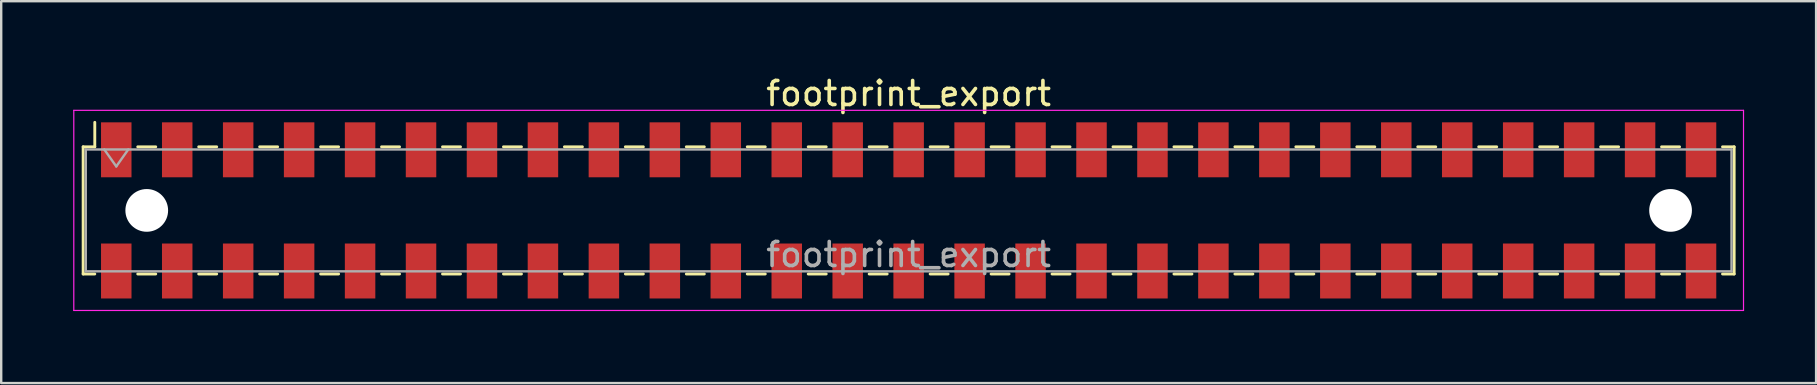
<source format=kicad_pcb>
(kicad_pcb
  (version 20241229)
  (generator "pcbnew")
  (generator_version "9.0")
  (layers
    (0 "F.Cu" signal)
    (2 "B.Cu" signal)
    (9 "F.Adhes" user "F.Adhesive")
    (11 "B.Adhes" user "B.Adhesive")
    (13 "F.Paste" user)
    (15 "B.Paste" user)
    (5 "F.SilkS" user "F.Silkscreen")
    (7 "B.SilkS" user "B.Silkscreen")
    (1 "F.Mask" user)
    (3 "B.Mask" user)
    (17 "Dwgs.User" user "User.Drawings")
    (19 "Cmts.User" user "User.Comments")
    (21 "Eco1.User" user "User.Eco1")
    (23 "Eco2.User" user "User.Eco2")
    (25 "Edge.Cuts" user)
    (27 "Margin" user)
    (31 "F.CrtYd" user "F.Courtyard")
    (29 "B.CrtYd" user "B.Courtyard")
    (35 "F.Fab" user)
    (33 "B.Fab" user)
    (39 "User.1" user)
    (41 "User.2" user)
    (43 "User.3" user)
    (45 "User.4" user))
  (footprint "footprint_export"
    (layer "F.Cu")
    (at 34.815 5.718)
    (property "Reference" "footprint_export" (at 0 -4.87 0) (layer "F.SilkS") (effects (font (size 1 1) (thickness 0.15))))
    (attr smd)
    (fp_line (start -34.4 -2.65) (end -34.4 2.65) (stroke (width 0.12) (type solid)) (layer "F.SilkS"))
    (fp_line (start -34.4 2.65) (end -33.915 2.65) (stroke (width 0.12) (type solid)) (layer "F.SilkS"))
    (fp_line (start -33.915 -3.67) (end -33.915 -2.65) (stroke (width 0.12) (type solid)) (layer "F.SilkS"))
    (fp_line (start -33.915 -2.65) (end -34.4 -2.65) (stroke (width 0.12) (type solid)) (layer "F.SilkS"))
    (fp_line (start -32.125 -2.65) (end -31.375 -2.65) (stroke (width 0.12) (type solid)) (layer "F.SilkS"))
    (fp_line (start -32.125 2.65) (end -31.375 2.65) (stroke (width 0.12) (type solid)) (layer "F.SilkS"))
    (fp_line (start -29.585 -2.65) (end -28.835 -2.65) (stroke (width 0.12) (type solid)) (layer "F.SilkS"))
    (fp_line (start -29.585 2.65) (end -28.835 2.65) (stroke (width 0.12) (type solid)) (layer "F.SilkS"))
    (fp_line (start -27.045 -2.65) (end -26.295 -2.65) (stroke (width 0.12) (type solid)) (layer "F.SilkS"))
    (fp_line (start -27.045 2.65) (end -26.295 2.65) (stroke (width 0.12) (type solid)) (layer "F.SilkS"))
    (fp_line (start -24.505 -2.65) (end -23.755 -2.65) (stroke (width 0.12) (type solid)) (layer "F.SilkS"))
    (fp_line (start -24.505 2.65) (end -23.755 2.65) (stroke (width 0.12) (type solid)) (layer "F.SilkS"))
    (fp_line (start -21.965 -2.65) (end -21.215 -2.65) (stroke (width 0.12) (type solid)) (layer "F.SilkS"))
    (fp_line (start -21.965 2.65) (end -21.215 2.65) (stroke (width 0.12) (type solid)) (layer "F.SilkS"))
    (fp_line (start -19.425 -2.65) (end -18.675 -2.65) (stroke (width 0.12) (type solid)) (layer "F.SilkS"))
    (fp_line (start -19.425 2.65) (end -18.675 2.65) (stroke (width 0.12) (type solid)) (layer "F.SilkS"))
    (fp_line (start -16.885 -2.65) (end -16.135 -2.65) (stroke (width 0.12) (type solid)) (layer "F.SilkS"))
    (fp_line (start -16.885 2.65) (end -16.135 2.65) (stroke (width 0.12) (type solid)) (layer "F.SilkS"))
    (fp_line (start -14.345 -2.65) (end -13.595 -2.65) (stroke (width 0.12) (type solid)) (layer "F.SilkS"))
    (fp_line (start -14.345 2.65) (end -13.595 2.65) (stroke (width 0.12) (type solid)) (layer "F.SilkS"))
    (fp_line (start -11.805 -2.65) (end -11.055 -2.65) (stroke (width 0.12) (type solid)) (layer "F.SilkS"))
    (fp_line (start -11.805 2.65) (end -11.055 2.65) (stroke (width 0.12) (type solid)) (layer "F.SilkS"))
    (fp_line (start -9.265 -2.65) (end -8.515 -2.65) (stroke (width 0.12) (type solid)) (layer "F.SilkS"))
    (fp_line (start -9.265 2.65) (end -8.515 2.65) (stroke (width 0.12) (type solid)) (layer "F.SilkS"))
    (fp_line (start -6.725 -2.65) (end -5.975 -2.65) (stroke (width 0.12) (type solid)) (layer "F.SilkS"))
    (fp_line (start -6.725 2.65) (end -5.975 2.65) (stroke (width 0.12) (type solid)) (layer "F.SilkS"))
    (fp_line (start -4.185 -2.65) (end -3.435 -2.65) (stroke (width 0.12) (type solid)) (layer "F.SilkS"))
    (fp_line (start -4.185 2.65) (end -3.435 2.65) (stroke (width 0.12) (type solid)) (layer "F.SilkS"))
    (fp_line (start -1.645 -2.65) (end -0.895 -2.65) (stroke (width 0.12) (type solid)) (layer "F.SilkS"))
    (fp_line (start -1.645 2.65) (end -0.895 2.65) (stroke (width 0.12) (type solid)) (layer "F.SilkS"))
    (fp_line (start 0.895 -2.65) (end 1.645 -2.65) (stroke (width 0.12) (type solid)) (layer "F.SilkS"))
    (fp_line (start 0.895 2.65) (end 1.645 2.65) (stroke (width 0.12) (type solid)) (layer "F.SilkS"))
    (fp_line (start 3.435 -2.65) (end 4.185 -2.65) (stroke (width 0.12) (type solid)) (layer "F.SilkS"))
    (fp_line (start 3.435 2.65) (end 4.185 2.65) (stroke (width 0.12) (type solid)) (layer "F.SilkS"))
    (fp_line (start 5.975 -2.65) (end 6.725 -2.65) (stroke (width 0.12) (type solid)) (layer "F.SilkS"))
    (fp_line (start 5.975 2.65) (end 6.725 2.65) (stroke (width 0.12) (type solid)) (layer "F.SilkS"))
    (fp_line (start 8.515 -2.65) (end 9.265 -2.65) (stroke (width 0.12) (type solid)) (layer "F.SilkS"))
    (fp_line (start 8.515 2.65) (end 9.265 2.65) (stroke (width 0.12) (type solid)) (layer "F.SilkS"))
    (fp_line (start 11.055 -2.65) (end 11.805 -2.65) (stroke (width 0.12) (type solid)) (layer "F.SilkS"))
    (fp_line (start 11.055 2.65) (end 11.805 2.65) (stroke (width 0.12) (type solid)) (layer "F.SilkS"))
    (fp_line (start 13.595 -2.65) (end 14.345 -2.65) (stroke (width 0.12) (type solid)) (layer "F.SilkS"))
    (fp_line (start 13.595 2.65) (end 14.345 2.65) (stroke (width 0.12) (type solid)) (layer "F.SilkS"))
    (fp_line (start 16.135 -2.65) (end 16.885 -2.65) (stroke (width 0.12) (type solid)) (layer "F.SilkS"))
    (fp_line (start 16.135 2.65) (end 16.885 2.65) (stroke (width 0.12) (type solid)) (layer "F.SilkS"))
    (fp_line (start 18.675 -2.65) (end 19.425 -2.65) (stroke (width 0.12) (type solid)) (layer "F.SilkS"))
    (fp_line (start 18.675 2.65) (end 19.425 2.65) (stroke (width 0.12) (type solid)) (layer "F.SilkS"))
    (fp_line (start 21.215 -2.65) (end 21.965 -2.65) (stroke (width 0.12) (type solid)) (layer "F.SilkS"))
    (fp_line (start 21.215 2.65) (end 21.965 2.65) (stroke (width 0.12) (type solid)) (layer "F.SilkS"))
    (fp_line (start 23.755 -2.65) (end 24.505 -2.65) (stroke (width 0.12) (type solid)) (layer "F.SilkS"))
    (fp_line (start 23.755 2.65) (end 24.505 2.65) (stroke (width 0.12) (type solid)) (layer "F.SilkS"))
    (fp_line (start 26.295 -2.65) (end 27.045 -2.65) (stroke (width 0.12) (type solid)) (layer "F.SilkS"))
    (fp_line (start 26.295 2.65) (end 27.045 2.65) (stroke (width 0.12) (type solid)) (layer "F.SilkS"))
    (fp_line (start 28.835 -2.65) (end 29.585 -2.65) (stroke (width 0.12) (type solid)) (layer "F.SilkS"))
    (fp_line (start 28.835 2.65) (end 29.585 2.65) (stroke (width 0.12) (type solid)) (layer "F.SilkS"))
    (fp_line (start 31.375 -2.65) (end 32.125 -2.65) (stroke (width 0.12) (type solid)) (layer "F.SilkS"))
    (fp_line (start 31.375 2.65) (end 32.125 2.65) (stroke (width 0.12) (type solid)) (layer "F.SilkS"))
    (fp_line (start 33.915 -2.65) (end 34.4 -2.65) (stroke (width 0.12) (type solid)) (layer "F.SilkS"))
    (fp_line (start 34.4 -2.65) (end 34.4 2.65) (stroke (width 0.12) (type solid)) (layer "F.SilkS"))
    (fp_line (start 34.4 2.65) (end 33.915 2.65) (stroke (width 0.12) (type solid)) (layer "F.SilkS"))
    (fp_line (start -34.79 -4.17) (end 34.79 -4.17) (stroke (width 0.05) (type solid)) (layer "F.CrtYd"))
    (fp_line (start -34.79 4.17) (end -34.79 -4.17) (stroke (width 0.05) (type solid)) (layer "F.CrtYd"))
    (fp_line (start 34.79 -4.17) (end 34.79 4.17) (stroke (width 0.05) (type solid)) (layer "F.CrtYd"))
    (fp_line (start 34.79 4.17) (end -34.79 4.17) (stroke (width 0.05) (type solid)) (layer "F.CrtYd"))
    (fp_line (start -34.29 -2.54) (end 34.29 -2.54) (stroke (width 0.1) (type solid)) (layer "F.Fab"))
    (fp_line (start -34.29 2.54) (end -34.29 -2.54) (stroke (width 0.1) (type solid)) (layer "F.Fab"))
    (fp_line (start -33.52 -2.54) (end -33.02 -1.833) (stroke (width 0.1) (type solid)) (layer "F.Fab"))
    (fp_line (start -33.02 -1.833) (end -32.52 -2.54) (stroke (width 0.1) (type solid)) (layer "F.Fab"))
    (fp_line (start 34.29 -2.54) (end 34.29 2.54) (stroke (width 0.1) (type solid)) (layer "F.Fab"))
    (fp_line (start 34.29 2.54) (end -34.29 2.54) (stroke (width 0.1) (type solid)) (layer "F.Fab"))
    (fp_text user "${REFERENCE}" (at 0 1.84 0) (layer "F.Fab") (effects (font (size 1 1) (thickness 0.15))))
    (pad "" np_thru_hole circle (at -31.75 0) (size 1.78 1.78) (drill 1.78) (layers "*.Cu" "*.Mask"))
    (pad "" np_thru_hole circle (at 31.75 0) (size 1.78 1.78) (drill 1.78) (layers "*.Cu" "*.Mask"))
    (pad "1" smd rect (at -33.02 -2.525) (size 1.27 2.29) (layers "F.Cu" "F.Mask" "F.Paste"))
    (pad "2" smd rect (at -33.02 2.525) (size 1.27 2.29) (layers "F.Cu" "F.Mask" "F.Paste"))
    (pad "3" smd rect (at -30.48 -2.525) (size 1.27 2.29) (layers "F.Cu" "F.Mask" "F.Paste"))
    (pad "4" smd rect (at -30.48 2.525) (size 1.27 2.29) (layers "F.Cu" "F.Mask" "F.Paste"))
    (pad "5" smd rect (at -27.94 -2.525) (size 1.27 2.29) (layers "F.Cu" "F.Mask" "F.Paste"))
    (pad "6" smd rect (at -27.94 2.525) (size 1.27 2.29) (layers "F.Cu" "F.Mask" "F.Paste"))
    (pad "7" smd rect (at -25.4 -2.525) (size 1.27 2.29) (layers "F.Cu" "F.Mask" "F.Paste"))
    (pad "8" smd rect (at -25.4 2.525) (size 1.27 2.29) (layers "F.Cu" "F.Mask" "F.Paste"))
    (pad "9" smd rect (at -22.86 -2.525) (size 1.27 2.29) (layers "F.Cu" "F.Mask" "F.Paste"))
    (pad "10" smd rect (at -22.86 2.525) (size 1.27 2.29) (layers "F.Cu" "F.Mask" "F.Paste"))
    (pad "11" smd rect (at -20.32 -2.525) (size 1.27 2.29) (layers "F.Cu" "F.Mask" "F.Paste"))
    (pad "12" smd rect (at -20.32 2.525) (size 1.27 2.29) (layers "F.Cu" "F.Mask" "F.Paste"))
    (pad "13" smd rect (at -17.78 -2.525) (size 1.27 2.29) (layers "F.Cu" "F.Mask" "F.Paste"))
    (pad "14" smd rect (at -17.78 2.525) (size 1.27 2.29) (layers "F.Cu" "F.Mask" "F.Paste"))
    (pad "15" smd rect (at -15.24 -2.525) (size 1.27 2.29) (layers "F.Cu" "F.Mask" "F.Paste"))
    (pad "16" smd rect (at -15.24 2.525) (size 1.27 2.29) (layers "F.Cu" "F.Mask" "F.Paste"))
    (pad "17" smd rect (at -12.7 -2.525) (size 1.27 2.29) (layers "F.Cu" "F.Mask" "F.Paste"))
    (pad "18" smd rect (at -12.7 2.525) (size 1.27 2.29) (layers "F.Cu" "F.Mask" "F.Paste"))
    (pad "19" smd rect (at -10.16 -2.525) (size 1.27 2.29) (layers "F.Cu" "F.Mask" "F.Paste"))
    (pad "20" smd rect (at -10.16 2.525) (size 1.27 2.29) (layers "F.Cu" "F.Mask" "F.Paste"))
    (pad "21" smd rect (at -7.62 -2.525) (size 1.27 2.29) (layers "F.Cu" "F.Mask" "F.Paste"))
    (pad "22" smd rect (at -7.62 2.525) (size 1.27 2.29) (layers "F.Cu" "F.Mask" "F.Paste"))
    (pad "23" smd rect (at -5.08 -2.525) (size 1.27 2.29) (layers "F.Cu" "F.Mask" "F.Paste"))
    (pad "24" smd rect (at -5.08 2.525) (size 1.27 2.29) (layers "F.Cu" "F.Mask" "F.Paste"))
    (pad "25" smd rect (at -2.54 -2.525) (size 1.27 2.29) (layers "F.Cu" "F.Mask" "F.Paste"))
    (pad "26" smd rect (at -2.54 2.525) (size 1.27 2.29) (layers "F.Cu" "F.Mask" "F.Paste"))
    (pad "27" smd rect (at 0 -2.525) (size 1.27 2.29) (layers "F.Cu" "F.Mask" "F.Paste"))
    (pad "28" smd rect (at 0 2.525) (size 1.27 2.29) (layers "F.Cu" "F.Mask" "F.Paste"))
    (pad "29" smd rect (at 2.54 -2.525) (size 1.27 2.29) (layers "F.Cu" "F.Mask" "F.Paste"))
    (pad "30" smd rect (at 2.54 2.525) (size 1.27 2.29) (layers "F.Cu" "F.Mask" "F.Paste"))
    (pad "31" smd rect (at 5.08 -2.525) (size 1.27 2.29) (layers "F.Cu" "F.Mask" "F.Paste"))
    (pad "32" smd rect (at 5.08 2.525) (size 1.27 2.29) (layers "F.Cu" "F.Mask" "F.Paste"))
    (pad "33" smd rect (at 7.62 -2.525) (size 1.27 2.29) (layers "F.Cu" "F.Mask" "F.Paste"))
    (pad "34" smd rect (at 7.62 2.525) (size 1.27 2.29) (layers "F.Cu" "F.Mask" "F.Paste"))
    (pad "35" smd rect (at 10.16 -2.525) (size 1.27 2.29) (layers "F.Cu" "F.Mask" "F.Paste"))
    (pad "36" smd rect (at 10.16 2.525) (size 1.27 2.29) (layers "F.Cu" "F.Mask" "F.Paste"))
    (pad "37" smd rect (at 12.7 -2.525) (size 1.27 2.29) (layers "F.Cu" "F.Mask" "F.Paste"))
    (pad "38" smd rect (at 12.7 2.525) (size 1.27 2.29) (layers "F.Cu" "F.Mask" "F.Paste"))
    (pad "39" smd rect (at 15.24 -2.525) (size 1.27 2.29) (layers "F.Cu" "F.Mask" "F.Paste"))
    (pad "40" smd rect (at 15.24 2.525) (size 1.27 2.29) (layers "F.Cu" "F.Mask" "F.Paste"))
    (pad "41" smd rect (at 17.78 -2.525) (size 1.27 2.29) (layers "F.Cu" "F.Mask" "F.Paste"))
    (pad "42" smd rect (at 17.78 2.525) (size 1.27 2.29) (layers "F.Cu" "F.Mask" "F.Paste"))
    (pad "43" smd rect (at 20.32 -2.525) (size 1.27 2.29) (layers "F.Cu" "F.Mask" "F.Paste"))
    (pad "44" smd rect (at 20.32 2.525) (size 1.27 2.29) (layers "F.Cu" "F.Mask" "F.Paste"))
    (pad "45" smd rect (at 22.86 -2.525) (size 1.27 2.29) (layers "F.Cu" "F.Mask" "F.Paste"))
    (pad "46" smd rect (at 22.86 2.525) (size 1.27 2.29) (layers "F.Cu" "F.Mask" "F.Paste"))
    (pad "47" smd rect (at 25.4 -2.525) (size 1.27 2.29) (layers "F.Cu" "F.Mask" "F.Paste"))
    (pad "48" smd rect (at 25.4 2.525) (size 1.27 2.29) (layers "F.Cu" "F.Mask" "F.Paste"))
    (pad "49" smd rect (at 27.94 -2.525) (size 1.27 2.29) (layers "F.Cu" "F.Mask" "F.Paste"))
    (pad "50" smd rect (at 27.94 2.525) (size 1.27 2.29) (layers "F.Cu" "F.Mask" "F.Paste"))
    (pad "51" smd rect (at 30.48 -2.525) (size 1.27 2.29) (layers "F.Cu" "F.Mask" "F.Paste"))
    (pad "52" smd rect (at 30.48 2.525) (size 1.27 2.29) (layers "F.Cu" "F.Mask" "F.Paste"))
    (pad "53" smd rect (at 33.02 -2.525) (size 1.27 2.29) (layers "F.Cu" "F.Mask" "F.Paste"))
    (pad "54" smd rect (at 33.02 2.525) (size 1.27 2.29) (layers "F.Cu" "F.Mask" "F.Paste")))
  (gr_rect
    (start -3 -3)
    (end 72.63 12.913)
    (stroke (width 0.1) (type default))
    (fill no)
    (layer "Edge.Cuts")))
</source>
